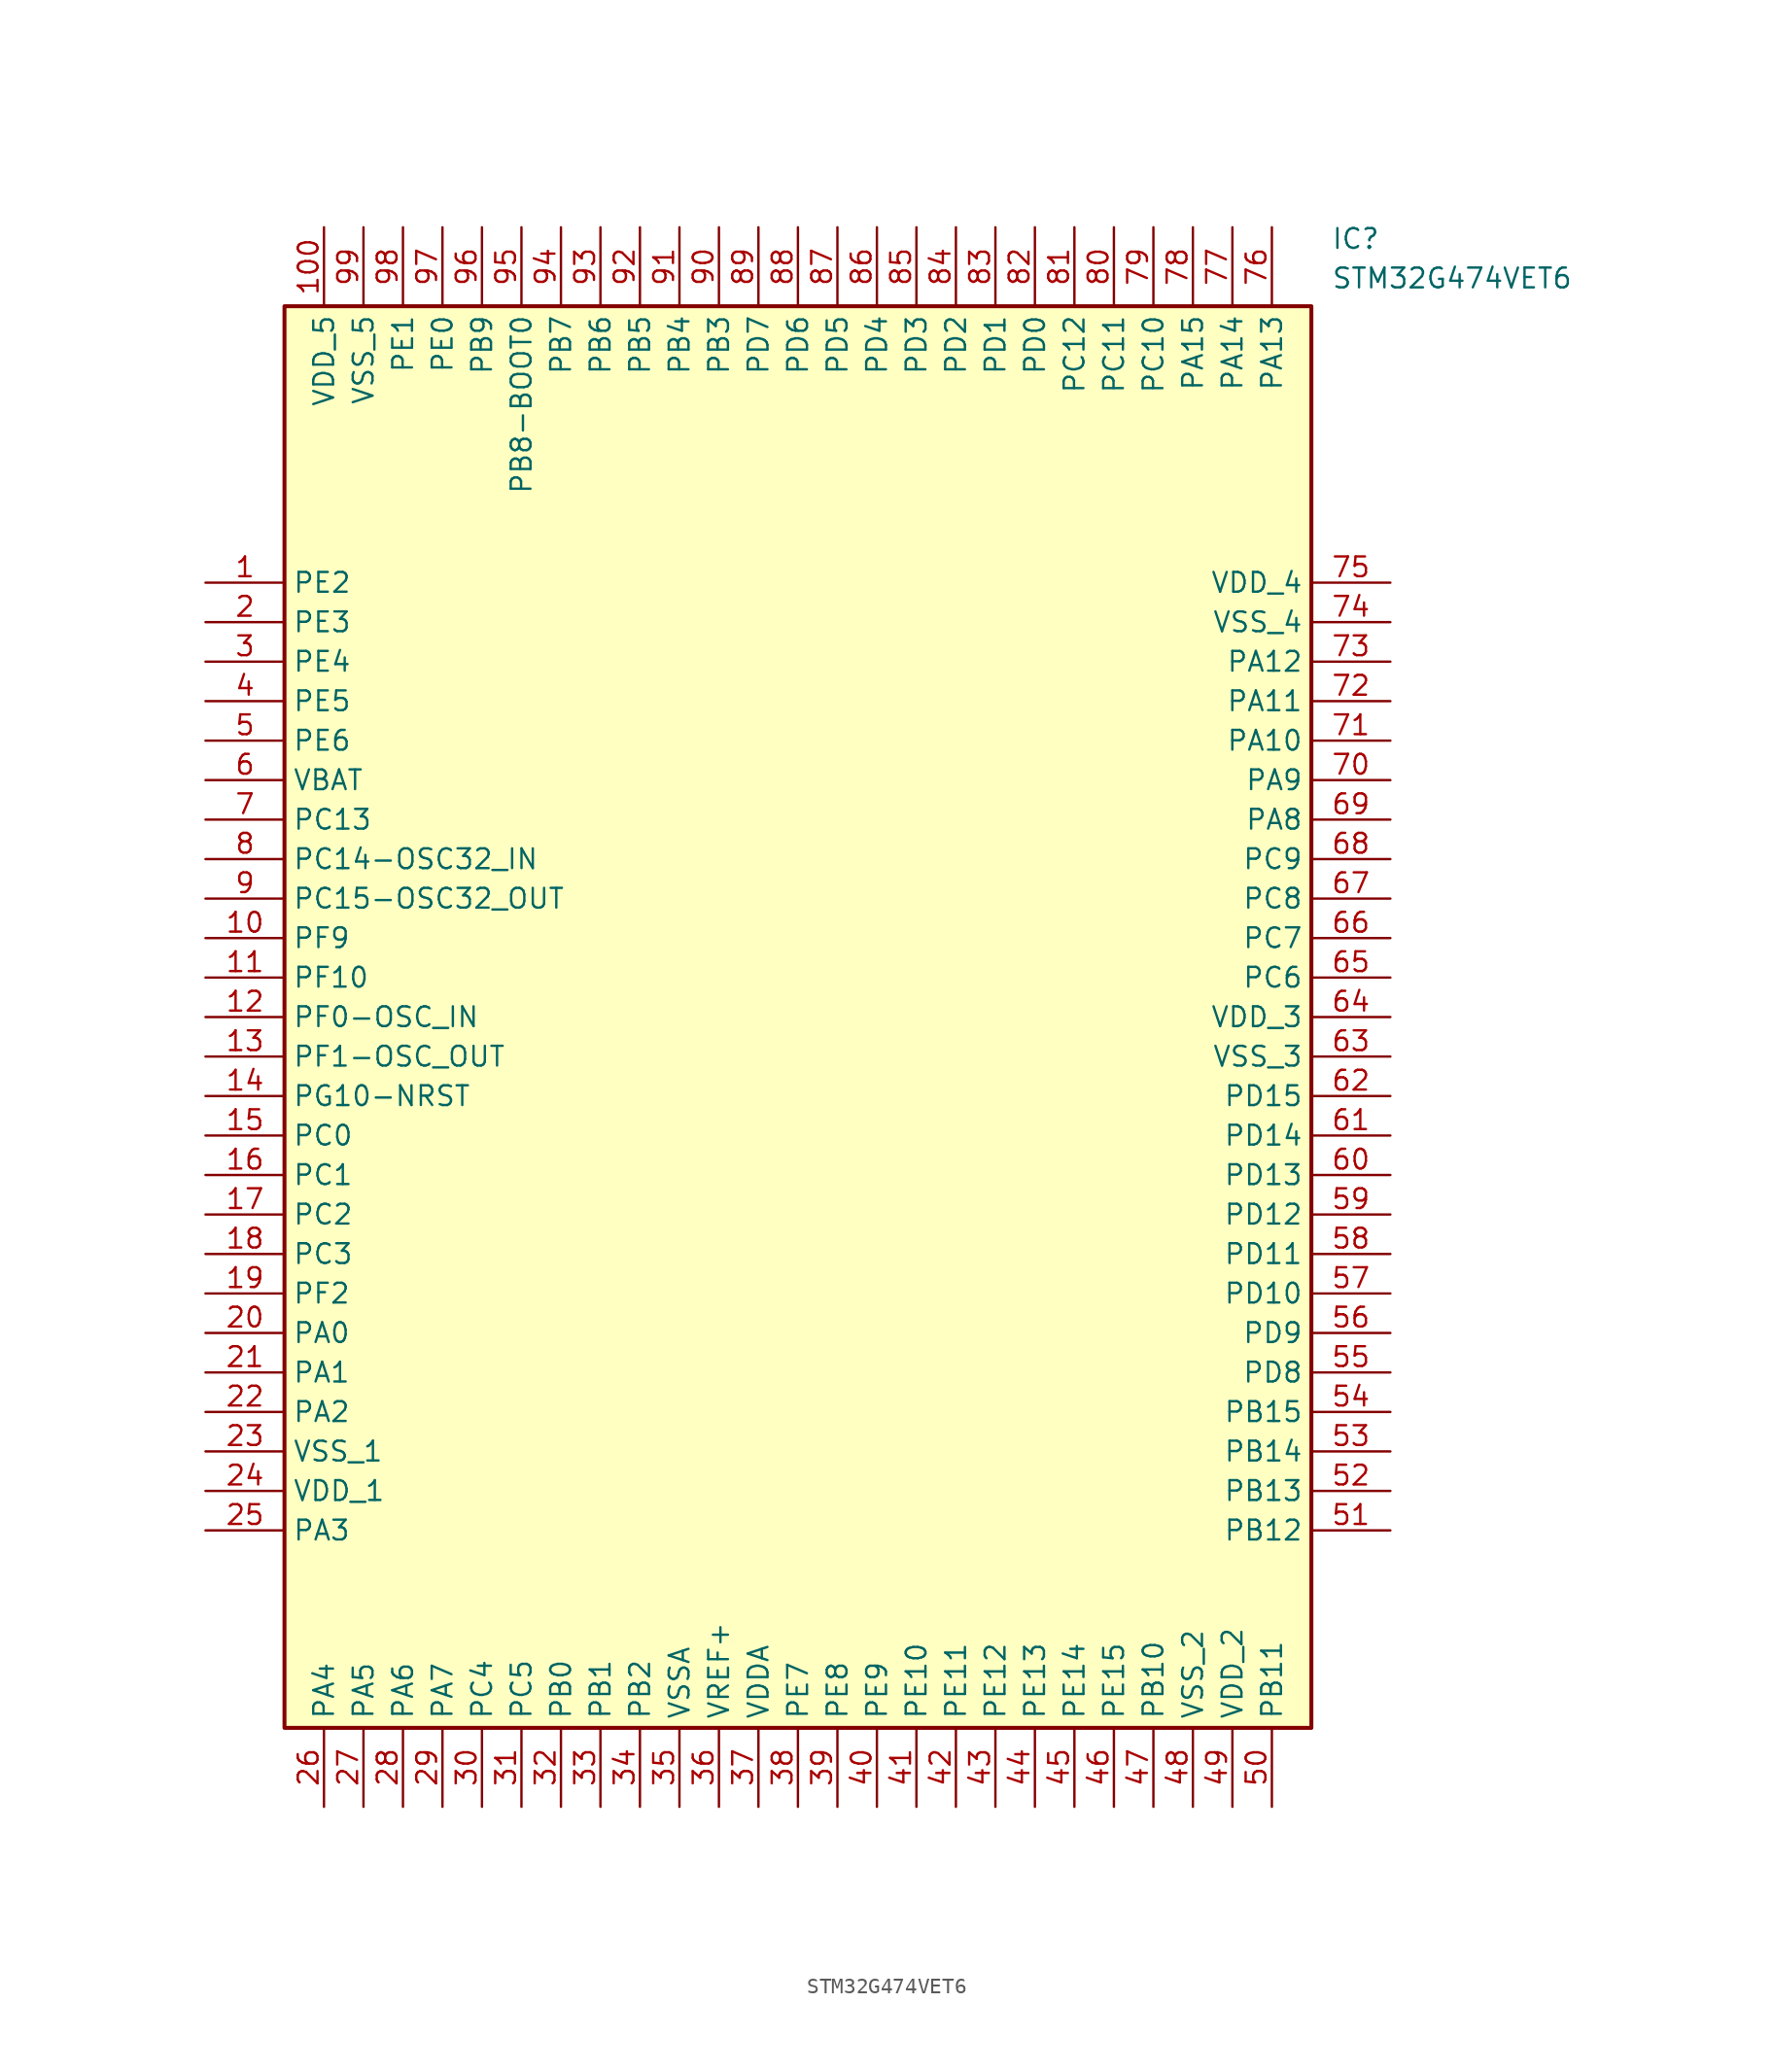
<source format=kicad_sym>
(kicad_symbol_lib
  (version 20211014)
  (generator SamacSys_ECAD_Model)
  (symbol "STM32G474VET6"
    (property "Reference" "IC"
      (at 72.39 22.86 0)
      (effects (font (size 1.27 1.27)) (justify left top)))
    (property "Value" "STM32G474VET6"
      (at 72.39 20.32 0)
      (effects (font (size 1.27 1.27)) (justify left top)))
    (rectangle
      (start 5.08 17.78)
      (end 71.12 -73.66)
      (stroke (width 0.254) (type default))
      (fill (type background)))
    (pin passive line
      (at 0 0 0)
      (length 5.08)
      (name "PE2" (effects (font (size 1.27 1.27))))
      (number "1" (effects (font (size 1.27 1.27)))))
    (pin passive line
      (at 0 -2.54 0)
      (length 5.08)
      (name "PE3" (effects (font (size 1.27 1.27))))
      (number "2" (effects (font (size 1.27 1.27)))))
    (pin passive line
      (at 0 -5.08 0)
      (length 5.08)
      (name "PE4" (effects (font (size 1.27 1.27))))
      (number "3" (effects (font (size 1.27 1.27)))))
    (pin passive line
      (at 0 -7.62 0)
      (length 5.08)
      (name "PE5" (effects (font (size 1.27 1.27))))
      (number "4" (effects (font (size 1.27 1.27)))))
    (pin passive line
      (at 0 -10.16 0)
      (length 5.08)
      (name "PE6" (effects (font (size 1.27 1.27))))
      (number "5" (effects (font (size 1.27 1.27)))))
    (pin passive line
      (at 0 -12.7 0)
      (length 5.08)
      (name "VBAT" (effects (font (size 1.27 1.27))))
      (number "6" (effects (font (size 1.27 1.27)))))
    (pin passive line
      (at 0 -15.24 0)
      (length 5.08)
      (name "PC13" (effects (font (size 1.27 1.27))))
      (number "7" (effects (font (size 1.27 1.27)))))
    (pin passive line
      (at 0 -17.78 0)
      (length 5.08)
      (name "PC14-OSC32_IN" (effects (font (size 1.27 1.27))))
      (number "8" (effects (font (size 1.27 1.27)))))
    (pin passive line
      (at 0 -20.32 0)
      (length 5.08)
      (name "PC15-OSC32_OUT" (effects (font (size 1.27 1.27))))
      (number "9" (effects (font (size 1.27 1.27)))))
    (pin passive line
      (at 0 -22.86 0)
      (length 5.08)
      (name "PF9" (effects (font (size 1.27 1.27))))
      (number "10" (effects (font (size 1.27 1.27)))))
    (pin passive line
      (at 0 -25.4 0)
      (length 5.08)
      (name "PF10" (effects (font (size 1.27 1.27))))
      (number "11" (effects (font (size 1.27 1.27)))))
    (pin passive line
      (at 0 -27.94 0)
      (length 5.08)
      (name "PF0-OSC_IN" (effects (font (size 1.27 1.27))))
      (number "12" (effects (font (size 1.27 1.27)))))
    (pin passive line
      (at 0 -30.48 0)
      (length 5.08)
      (name "PF1-OSC_OUT" (effects (font (size 1.27 1.27))))
      (number "13" (effects (font (size 1.27 1.27)))))
    (pin passive line
      (at 0 -33.02 0)
      (length 5.08)
      (name "PG10-NRST" (effects (font (size 1.27 1.27))))
      (number "14" (effects (font (size 1.27 1.27)))))
    (pin passive line
      (at 0 -35.56 0)
      (length 5.08)
      (name "PC0" (effects (font (size 1.27 1.27))))
      (number "15" (effects (font (size 1.27 1.27)))))
    (pin passive line
      (at 0 -38.1 0)
      (length 5.08)
      (name "PC1" (effects (font (size 1.27 1.27))))
      (number "16" (effects (font (size 1.27 1.27)))))
    (pin passive line
      (at 0 -40.64 0)
      (length 5.08)
      (name "PC2" (effects (font (size 1.27 1.27))))
      (number "17" (effects (font (size 1.27 1.27)))))
    (pin passive line
      (at 0 -43.18 0)
      (length 5.08)
      (name "PC3" (effects (font (size 1.27 1.27))))
      (number "18" (effects (font (size 1.27 1.27)))))
    (pin passive line
      (at 0 -45.72 0)
      (length 5.08)
      (name "PF2" (effects (font (size 1.27 1.27))))
      (number "19" (effects (font (size 1.27 1.27)))))
    (pin passive line
      (at 0 -48.26 0)
      (length 5.08)
      (name "PA0" (effects (font (size 1.27 1.27))))
      (number "20" (effects (font (size 1.27 1.27)))))
    (pin passive line
      (at 0 -50.8 0)
      (length 5.08)
      (name "PA1" (effects (font (size 1.27 1.27))))
      (number "21" (effects (font (size 1.27 1.27)))))
    (pin passive line
      (at 0 -53.34 0)
      (length 5.08)
      (name "PA2" (effects (font (size 1.27 1.27))))
      (number "22" (effects (font (size 1.27 1.27)))))
    (pin passive line
      (at 0 -55.88 0)
      (length 5.08)
      (name "VSS_1" (effects (font (size 1.27 1.27))))
      (number "23" (effects (font (size 1.27 1.27)))))
    (pin passive line
      (at 0 -58.42 0)
      (length 5.08)
      (name "VDD_1" (effects (font (size 1.27 1.27))))
      (number "24" (effects (font (size 1.27 1.27)))))
    (pin passive line
      (at 0 -60.96 0)
      (length 5.08)
      (name "PA3" (effects (font (size 1.27 1.27))))
      (number "25" (effects (font (size 1.27 1.27)))))
    (pin passive line
      (at 7.62 -78.74 90)
      (length 5.08)
      (name "PA4" (effects (font (size 1.27 1.27))))
      (number "26" (effects (font (size 1.27 1.27)))))
    (pin passive line
      (at 10.16 -78.74 90)
      (length 5.08)
      (name "PA5" (effects (font (size 1.27 1.27))))
      (number "27" (effects (font (size 1.27 1.27)))))
    (pin passive line
      (at 12.7 -78.74 90)
      (length 5.08)
      (name "PA6" (effects (font (size 1.27 1.27))))
      (number "28" (effects (font (size 1.27 1.27)))))
    (pin passive line
      (at 15.24 -78.74 90)
      (length 5.08)
      (name "PA7" (effects (font (size 1.27 1.27))))
      (number "29" (effects (font (size 1.27 1.27)))))
    (pin passive line
      (at 17.78 -78.74 90)
      (length 5.08)
      (name "PC4" (effects (font (size 1.27 1.27))))
      (number "30" (effects (font (size 1.27 1.27)))))
    (pin passive line
      (at 20.32 -78.74 90)
      (length 5.08)
      (name "PC5" (effects (font (size 1.27 1.27))))
      (number "31" (effects (font (size 1.27 1.27)))))
    (pin passive line
      (at 22.86 -78.74 90)
      (length 5.08)
      (name "PB0" (effects (font (size 1.27 1.27))))
      (number "32" (effects (font (size 1.27 1.27)))))
    (pin passive line
      (at 25.4 -78.74 90)
      (length 5.08)
      (name "PB1" (effects (font (size 1.27 1.27))))
      (number "33" (effects (font (size 1.27 1.27)))))
    (pin passive line
      (at 27.94 -78.74 90)
      (length 5.08)
      (name "PB2" (effects (font (size 1.27 1.27))))
      (number "34" (effects (font (size 1.27 1.27)))))
    (pin passive line
      (at 30.48 -78.74 90)
      (length 5.08)
      (name "VSSA" (effects (font (size 1.27 1.27))))
      (number "35" (effects (font (size 1.27 1.27)))))
    (pin passive line
      (at 33.02 -78.74 90)
      (length 5.08)
      (name "VREF+" (effects (font (size 1.27 1.27))))
      (number "36" (effects (font (size 1.27 1.27)))))
    (pin passive line
      (at 35.56 -78.74 90)
      (length 5.08)
      (name "VDDA" (effects (font (size 1.27 1.27))))
      (number "37" (effects (font (size 1.27 1.27)))))
    (pin passive line
      (at 38.1 -78.74 90)
      (length 5.08)
      (name "PE7" (effects (font (size 1.27 1.27))))
      (number "38" (effects (font (size 1.27 1.27)))))
    (pin passive line
      (at 40.64 -78.74 90)
      (length 5.08)
      (name "PE8" (effects (font (size 1.27 1.27))))
      (number "39" (effects (font (size 1.27 1.27)))))
    (pin passive line
      (at 43.18 -78.74 90)
      (length 5.08)
      (name "PE9" (effects (font (size 1.27 1.27))))
      (number "40" (effects (font (size 1.27 1.27)))))
    (pin passive line
      (at 45.72 -78.74 90)
      (length 5.08)
      (name "PE10" (effects (font (size 1.27 1.27))))
      (number "41" (effects (font (size 1.27 1.27)))))
    (pin passive line
      (at 48.26 -78.74 90)
      (length 5.08)
      (name "PE11" (effects (font (size 1.27 1.27))))
      (number "42" (effects (font (size 1.27 1.27)))))
    (pin passive line
      (at 50.8 -78.74 90)
      (length 5.08)
      (name "PE12" (effects (font (size 1.27 1.27))))
      (number "43" (effects (font (size 1.27 1.27)))))
    (pin passive line
      (at 53.34 -78.74 90)
      (length 5.08)
      (name "PE13" (effects (font (size 1.27 1.27))))
      (number "44" (effects (font (size 1.27 1.27)))))
    (pin passive line
      (at 55.88 -78.74 90)
      (length 5.08)
      (name "PE14" (effects (font (size 1.27 1.27))))
      (number "45" (effects (font (size 1.27 1.27)))))
    (pin passive line
      (at 58.42 -78.74 90)
      (length 5.08)
      (name "PE15" (effects (font (size 1.27 1.27))))
      (number "46" (effects (font (size 1.27 1.27)))))
    (pin passive line
      (at 60.96 -78.74 90)
      (length 5.08)
      (name "PB10" (effects (font (size 1.27 1.27))))
      (number "47" (effects (font (size 1.27 1.27)))))
    (pin passive line
      (at 63.5 -78.74 90)
      (length 5.08)
      (name "VSS_2" (effects (font (size 1.27 1.27))))
      (number "48" (effects (font (size 1.27 1.27)))))
    (pin passive line
      (at 66.04 -78.74 90)
      (length 5.08)
      (name "VDD_2" (effects (font (size 1.27 1.27))))
      (number "49" (effects (font (size 1.27 1.27)))))
    (pin passive line
      (at 68.58 -78.74 90)
      (length 5.08)
      (name "PB11" (effects (font (size 1.27 1.27))))
      (number "50" (effects (font (size 1.27 1.27)))))
    (pin passive line
      (at 76.2 0 180)
      (length 5.08)
      (name "VDD_4" (effects (font (size 1.27 1.27))))
      (number "75" (effects (font (size 1.27 1.27)))))
    (pin passive line
      (at 76.2 -2.54 180)
      (length 5.08)
      (name "VSS_4" (effects (font (size 1.27 1.27))))
      (number "74" (effects (font (size 1.27 1.27)))))
    (pin passive line
      (at 76.2 -5.08 180)
      (length 5.08)
      (name "PA12" (effects (font (size 1.27 1.27))))
      (number "73" (effects (font (size 1.27 1.27)))))
    (pin passive line
      (at 76.2 -7.62 180)
      (length 5.08)
      (name "PA11" (effects (font (size 1.27 1.27))))
      (number "72" (effects (font (size 1.27 1.27)))))
    (pin passive line
      (at 76.2 -10.16 180)
      (length 5.08)
      (name "PA10" (effects (font (size 1.27 1.27))))
      (number "71" (effects (font (size 1.27 1.27)))))
    (pin passive line
      (at 76.2 -12.7 180)
      (length 5.08)
      (name "PA9" (effects (font (size 1.27 1.27))))
      (number "70" (effects (font (size 1.27 1.27)))))
    (pin passive line
      (at 76.2 -15.24 180)
      (length 5.08)
      (name "PA8" (effects (font (size 1.27 1.27))))
      (number "69" (effects (font (size 1.27 1.27)))))
    (pin passive line
      (at 76.2 -17.78 180)
      (length 5.08)
      (name "PC9" (effects (font (size 1.27 1.27))))
      (number "68" (effects (font (size 1.27 1.27)))))
    (pin passive line
      (at 76.2 -20.32 180)
      (length 5.08)
      (name "PC8" (effects (font (size 1.27 1.27))))
      (number "67" (effects (font (size 1.27 1.27)))))
    (pin passive line
      (at 76.2 -22.86 180)
      (length 5.08)
      (name "PC7" (effects (font (size 1.27 1.27))))
      (number "66" (effects (font (size 1.27 1.27)))))
    (pin passive line
      (at 76.2 -25.4 180)
      (length 5.08)
      (name "PC6" (effects (font (size 1.27 1.27))))
      (number "65" (effects (font (size 1.27 1.27)))))
    (pin passive line
      (at 76.2 -27.94 180)
      (length 5.08)
      (name "VDD_3" (effects (font (size 1.27 1.27))))
      (number "64" (effects (font (size 1.27 1.27)))))
    (pin passive line
      (at 76.2 -30.48 180)
      (length 5.08)
      (name "VSS_3" (effects (font (size 1.27 1.27))))
      (number "63" (effects (font (size 1.27 1.27)))))
    (pin passive line
      (at 76.2 -33.02 180)
      (length 5.08)
      (name "PD15" (effects (font (size 1.27 1.27))))
      (number "62" (effects (font (size 1.27 1.27)))))
    (pin passive line
      (at 76.2 -35.56 180)
      (length 5.08)
      (name "PD14" (effects (font (size 1.27 1.27))))
      (number "61" (effects (font (size 1.27 1.27)))))
    (pin passive line
      (at 76.2 -38.1 180)
      (length 5.08)
      (name "PD13" (effects (font (size 1.27 1.27))))
      (number "60" (effects (font (size 1.27 1.27)))))
    (pin passive line
      (at 76.2 -40.64 180)
      (length 5.08)
      (name "PD12" (effects (font (size 1.27 1.27))))
      (number "59" (effects (font (size 1.27 1.27)))))
    (pin passive line
      (at 76.2 -43.18 180)
      (length 5.08)
      (name "PD11" (effects (font (size 1.27 1.27))))
      (number "58" (effects (font (size 1.27 1.27)))))
    (pin passive line
      (at 76.2 -45.72 180)
      (length 5.08)
      (name "PD10" (effects (font (size 1.27 1.27))))
      (number "57" (effects (font (size 1.27 1.27)))))
    (pin passive line
      (at 76.2 -48.26 180)
      (length 5.08)
      (name "PD9" (effects (font (size 1.27 1.27))))
      (number "56" (effects (font (size 1.27 1.27)))))
    (pin passive line
      (at 76.2 -50.8 180)
      (length 5.08)
      (name "PD8" (effects (font (size 1.27 1.27))))
      (number "55" (effects (font (size 1.27 1.27)))))
    (pin passive line
      (at 76.2 -53.34 180)
      (length 5.08)
      (name "PB15" (effects (font (size 1.27 1.27))))
      (number "54" (effects (font (size 1.27 1.27)))))
    (pin passive line
      (at 76.2 -55.88 180)
      (length 5.08)
      (name "PB14" (effects (font (size 1.27 1.27))))
      (number "53" (effects (font (size 1.27 1.27)))))
    (pin passive line
      (at 76.2 -58.42 180)
      (length 5.08)
      (name "PB13" (effects (font (size 1.27 1.27))))
      (number "52" (effects (font (size 1.27 1.27)))))
    (pin passive line
      (at 76.2 -60.96 180)
      (length 5.08)
      (name "PB12" (effects (font (size 1.27 1.27))))
      (number "51" (effects (font (size 1.27 1.27)))))
    (pin passive line
      (at 7.62 22.86 270)
      (length 5.08)
      (name "VDD_5" (effects (font (size 1.27 1.27))))
      (number "100" (effects (font (size 1.27 1.27)))))
    (pin passive line
      (at 10.16 22.86 270)
      (length 5.08)
      (name "VSS_5" (effects (font (size 1.27 1.27))))
      (number "99" (effects (font (size 1.27 1.27)))))
    (pin passive line
      (at 12.7 22.86 270)
      (length 5.08)
      (name "PE1" (effects (font (size 1.27 1.27))))
      (number "98" (effects (font (size 1.27 1.27)))))
    (pin passive line
      (at 15.24 22.86 270)
      (length 5.08)
      (name "PE0" (effects (font (size 1.27 1.27))))
      (number "97" (effects (font (size 1.27 1.27)))))
    (pin passive line
      (at 17.78 22.86 270)
      (length 5.08)
      (name "PB9" (effects (font (size 1.27 1.27))))
      (number "96" (effects (font (size 1.27 1.27)))))
    (pin passive line
      (at 20.32 22.86 270)
      (length 5.08)
      (name "PB8-BOOT0" (effects (font (size 1.27 1.27))))
      (number "95" (effects (font (size 1.27 1.27)))))
    (pin passive line
      (at 22.86 22.86 270)
      (length 5.08)
      (name "PB7" (effects (font (size 1.27 1.27))))
      (number "94" (effects (font (size 1.27 1.27)))))
    (pin passive line
      (at 25.4 22.86 270)
      (length 5.08)
      (name "PB6" (effects (font (size 1.27 1.27))))
      (number "93" (effects (font (size 1.27 1.27)))))
    (pin passive line
      (at 27.94 22.86 270)
      (length 5.08)
      (name "PB5" (effects (font (size 1.27 1.27))))
      (number "92" (effects (font (size 1.27 1.27)))))
    (pin passive line
      (at 30.48 22.86 270)
      (length 5.08)
      (name "PB4" (effects (font (size 1.27 1.27))))
      (number "91" (effects (font (size 1.27 1.27)))))
    (pin passive line
      (at 33.02 22.86 270)
      (length 5.08)
      (name "PB3" (effects (font (size 1.27 1.27))))
      (number "90" (effects (font (size 1.27 1.27)))))
    (pin passive line
      (at 35.56 22.86 270)
      (length 5.08)
      (name "PD7" (effects (font (size 1.27 1.27))))
      (number "89" (effects (font (size 1.27 1.27)))))
    (pin passive line
      (at 38.1 22.86 270)
      (length 5.08)
      (name "PD6" (effects (font (size 1.27 1.27))))
      (number "88" (effects (font (size 1.27 1.27)))))
    (pin passive line
      (at 40.64 22.86 270)
      (length 5.08)
      (name "PD5" (effects (font (size 1.27 1.27))))
      (number "87" (effects (font (size 1.27 1.27)))))
    (pin passive line
      (at 43.18 22.86 270)
      (length 5.08)
      (name "PD4" (effects (font (size 1.27 1.27))))
      (number "86" (effects (font (size 1.27 1.27)))))
    (pin passive line
      (at 45.72 22.86 270)
      (length 5.08)
      (name "PD3" (effects (font (size 1.27 1.27))))
      (number "85" (effects (font (size 1.27 1.27)))))
    (pin passive line
      (at 48.26 22.86 270)
      (length 5.08)
      (name "PD2" (effects (font (size 1.27 1.27))))
      (number "84" (effects (font (size 1.27 1.27)))))
    (pin passive line
      (at 50.8 22.86 270)
      (length 5.08)
      (name "PD1" (effects (font (size 1.27 1.27))))
      (number "83" (effects (font (size 1.27 1.27)))))
    (pin passive line
      (at 53.34 22.86 270)
      (length 5.08)
      (name "PD0" (effects (font (size 1.27 1.27))))
      (number "82" (effects (font (size 1.27 1.27)))))
    (pin passive line
      (at 55.88 22.86 270)
      (length 5.08)
      (name "PC12" (effects (font (size 1.27 1.27))))
      (number "81" (effects (font (size 1.27 1.27)))))
    (pin passive line
      (at 58.42 22.86 270)
      (length 5.08)
      (name "PC11" (effects (font (size 1.27 1.27))))
      (number "80" (effects (font (size 1.27 1.27)))))
    (pin passive line
      (at 60.96 22.86 270)
      (length 5.08)
      (name "PC10" (effects (font (size 1.27 1.27))))
      (number "79" (effects (font (size 1.27 1.27)))))
    (pin passive line
      (at 63.5 22.86 270)
      (length 5.08)
      (name "PA15" (effects (font (size 1.27 1.27))))
      (number "78" (effects (font (size 1.27 1.27)))))
    (pin passive line
      (at 66.04 22.86 270)
      (length 5.08)
      (name "PA14" (effects (font (size 1.27 1.27))))
      (number "77" (effects (font (size 1.27 1.27)))))
    (pin passive line
      (at 68.58 22.86 270)
      (length 5.08)
      (name "PA13" (effects (font (size 1.27 1.27))))
      (number "76" (effects (font (size 1.27 1.27)))))))
</source>
